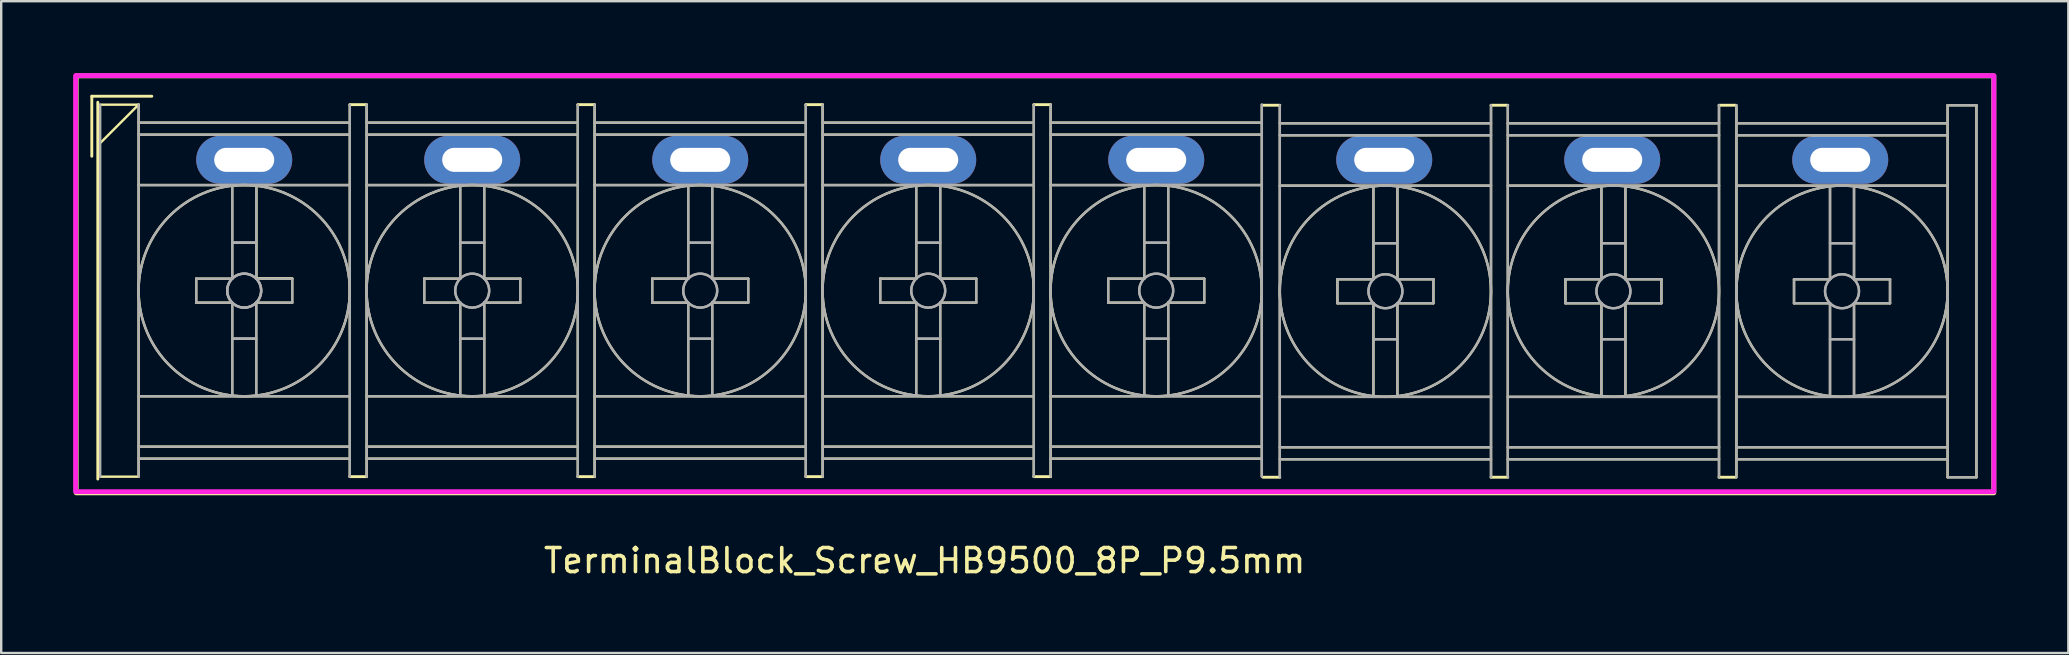
<source format=kicad_pcb>
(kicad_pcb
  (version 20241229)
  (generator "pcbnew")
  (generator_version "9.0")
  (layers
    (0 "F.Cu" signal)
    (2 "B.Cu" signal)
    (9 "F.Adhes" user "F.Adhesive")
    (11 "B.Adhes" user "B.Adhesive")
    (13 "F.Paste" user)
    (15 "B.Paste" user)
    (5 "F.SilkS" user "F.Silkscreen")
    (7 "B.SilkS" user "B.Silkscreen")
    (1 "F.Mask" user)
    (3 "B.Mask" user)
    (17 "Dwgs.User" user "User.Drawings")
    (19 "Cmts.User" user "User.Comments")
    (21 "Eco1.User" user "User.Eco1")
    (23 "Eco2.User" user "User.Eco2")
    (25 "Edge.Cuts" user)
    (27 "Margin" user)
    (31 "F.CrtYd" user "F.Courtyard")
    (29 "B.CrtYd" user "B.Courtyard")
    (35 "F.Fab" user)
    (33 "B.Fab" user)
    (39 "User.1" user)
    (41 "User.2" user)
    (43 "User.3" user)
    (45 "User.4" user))
  (footprint "TerminalBlock_Screw_HB9500_8P_P9.5mm"
    (layer "F.Cu")
    (at 7.125 3.61)
    (property "Reference" "TerminalBlock_Screw_HB9500_8P_P9.5mm" (at 28.35 16.7 0) (layer "F.SilkS") (effects (font (size 1 1) (thickness 0.15))))
    (attr through_hole)
    (fp_line (start -6.35 -2.65) (end -3.85 -2.65) (stroke (width 0.12) (type solid)) (layer "F.SilkS"))
    (fp_line (start -6.35 -0.15) (end -6.35 -2.65) (stroke (width 0.12) (type solid)) (layer "F.SilkS"))
    (fp_line (start -6.1 13.3) (end -6.1 -2.4) (stroke (width 0.12) (type solid)) (layer "F.SilkS"))
    (fp_line (start -6 -2.3) (end -4.4 -2.3) (stroke (width 0.1) (type solid)) (layer "F.SilkS"))
    (fp_line (start -6 13.2) (end -4.4 13.2) (stroke (width 0.1) (type solid)) (layer "F.SilkS"))
    (fp_line (start -4.4 -2.3) (end -6 -0.7) (stroke (width 0.1) (type solid)) (layer "F.SilkS"))
    (fp_line (start -4.4 -2.3) (end -4.4 13.2) (stroke (width 0.1) (type solid)) (layer "F.SilkS"))
    (fp_line (start -4.4 -1.55) (end 4.4 -1.55) (stroke (width 0.1) (type solid)) (layer "F.SilkS"))
    (fp_line (start -4.4 -1.05) (end 4.4 -1.05) (stroke (width 0.1) (type solid)) (layer "F.SilkS"))
    (fp_line (start -4.4 1.05) (end 4.4 1.05) (stroke (width 0.1) (type solid)) (layer "F.SilkS"))
    (fp_line (start -4.4 9.85) (end 4.4 9.85) (stroke (width 0.1) (type solid)) (layer "F.SilkS"))
    (fp_line (start -4.4 11.95) (end 4.4 11.95) (stroke (width 0.1) (type solid)) (layer "F.SilkS"))
    (fp_line (start -4.4 12.45) (end 4.4 12.45) (stroke (width 0.1) (type solid)) (layer "F.SilkS"))
    (fp_line (start -2 4.95) (end -2 5.95) (stroke (width 0.1) (type solid)) (layer "F.SilkS"))
    (fp_line (start -2 5.95) (end -0.5 5.95) (stroke (width 0.1) (type solid)) (layer "F.SilkS"))
    (fp_line (start -0.5 1.1) (end -0.5 4.95) (stroke (width 0.1) (type solid)) (layer "F.SilkS"))
    (fp_line (start -0.5 4.95) (end -2 4.95) (stroke (width 0.1) (type solid)) (layer "F.SilkS"))
    (fp_line (start -0.5 5.95) (end -0.5 9.8) (stroke (width 0.1) (type solid)) (layer "F.SilkS"))
    (fp_line (start 0.5 1.09) (end 0.5 4.94) (stroke (width 0.1) (type solid)) (layer "F.SilkS"))
    (fp_line (start 0.5 1.1) (end 0.5 4.95) (stroke (width 0.1) (type solid)) (layer "F.SilkS"))
    (fp_line (start 0.5 4.94) (end 2 4.94) (stroke (width 0.1) (type solid)) (layer "F.SilkS"))
    (fp_line (start 0.5 4.95) (end 2 4.95) (stroke (width 0.1) (type solid)) (layer "F.SilkS"))
    (fp_line (start 0.5 5.95) (end 0.5 9.8) (stroke (width 0.1) (type solid)) (layer "F.SilkS"))
    (fp_line (start 2 4.95) (end 2 5.95) (stroke (width 0.1) (type solid)) (layer "F.SilkS"))
    (fp_line (start 2 5.95) (end 0.5 5.95) (stroke (width 0.1) (type solid)) (layer "F.SilkS"))
    (fp_line (start 4.4 -2.3) (end 4.4 13.2) (stroke (width 0.1) (type solid)) (layer "F.SilkS"))
    (fp_line (start 4.4 -2.3) (end 5.1 -2.3) (stroke (width 0.12) (type solid)) (layer "F.SilkS"))
    (fp_line (start 5.1 -2.3) (end 5.1 13.2) (stroke (width 0.1) (type solid)) (layer "F.SilkS"))
    (fp_line (start 5.1 -1.55) (end 13.9 -1.55) (stroke (width 0.1) (type solid)) (layer "F.SilkS"))
    (fp_line (start 5.1 -1.05) (end 13.9 -1.05) (stroke (width 0.1) (type solid)) (layer "F.SilkS"))
    (fp_line (start 5.1 1.05) (end 13.9 1.05) (stroke (width 0.1) (type solid)) (layer "F.SilkS"))
    (fp_line (start 5.1 9.85) (end 13.9 9.85) (stroke (width 0.1) (type solid)) (layer "F.SilkS"))
    (fp_line (start 5.1 11.95) (end 13.9 11.95) (stroke (width 0.1) (type solid)) (layer "F.SilkS"))
    (fp_line (start 5.1 12.45) (end 13.9 12.45) (stroke (width 0.1) (type solid)) (layer "F.SilkS"))
    (fp_line (start 5.1 13.2) (end 4.4 13.2) (stroke (width 0.12) (type solid)) (layer "F.SilkS"))
    (fp_line (start 7.5 4.95) (end 7.5 5.95) (stroke (width 0.1) (type solid)) (layer "F.SilkS"))
    (fp_line (start 7.5 5.95) (end 9 5.95) (stroke (width 0.1) (type solid)) (layer "F.SilkS"))
    (fp_line (start 9 1.1) (end 9 4.95) (stroke (width 0.1) (type solid)) (layer "F.SilkS"))
    (fp_line (start 9 4.95) (end 7.5 4.95) (stroke (width 0.1) (type solid)) (layer "F.SilkS"))
    (fp_line (start 9 5.95) (end 9 9.8) (stroke (width 0.1) (type solid)) (layer "F.SilkS"))
    (fp_line (start 10 1.1) (end 10 4.95) (stroke (width 0.1) (type solid)) (layer "F.SilkS"))
    (fp_line (start 10 4.95) (end 11.5 4.95) (stroke (width 0.1) (type solid)) (layer "F.SilkS"))
    (fp_line (start 10 5.95) (end 10 9.8) (stroke (width 0.1) (type solid)) (layer "F.SilkS"))
    (fp_line (start 11.5 4.95) (end 11.5 5.95) (stroke (width 0.1) (type solid)) (layer "F.SilkS"))
    (fp_line (start 11.5 5.95) (end 10 5.95) (stroke (width 0.1) (type solid)) (layer "F.SilkS"))
    (fp_line (start 13.9 -2.3) (end 13.9 13.2) (stroke (width 0.1) (type solid)) (layer "F.SilkS"))
    (fp_line (start 13.9 -2.3) (end 14.6 -2.3) (stroke (width 0.12) (type solid)) (layer "F.SilkS"))
    (fp_line (start 13.9 13.2) (end 14.6 13.2) (stroke (width 0.12) (type solid)) (layer "F.SilkS"))
    (fp_line (start 14.6 -2.3) (end 14.6 13.2) (stroke (width 0.1) (type solid)) (layer "F.SilkS"))
    (fp_line (start 14.6 -1.55) (end 23.4 -1.55) (stroke (width 0.1) (type solid)) (layer "F.SilkS"))
    (fp_line (start 14.6 -1.05) (end 23.4 -1.05) (stroke (width 0.1) (type solid)) (layer "F.SilkS"))
    (fp_line (start 14.6 1.05) (end 23.4 1.05) (stroke (width 0.1) (type solid)) (layer "F.SilkS"))
    (fp_line (start 14.6 9.85) (end 23.4 9.85) (stroke (width 0.1) (type solid)) (layer "F.SilkS"))
    (fp_line (start 14.6 11.95) (end 23.4 11.95) (stroke (width 0.1) (type solid)) (layer "F.SilkS"))
    (fp_line (start 14.6 12.45) (end 23.4 12.45) (stroke (width 0.1) (type solid)) (layer "F.SilkS"))
    (fp_line (start 17 4.95) (end 17 5.95) (stroke (width 0.1) (type solid)) (layer "F.SilkS"))
    (fp_line (start 17 5.95) (end 18.5 5.95) (stroke (width 0.1) (type solid)) (layer "F.SilkS"))
    (fp_line (start 18.5 1.1) (end 18.5 4.95) (stroke (width 0.1) (type solid)) (layer "F.SilkS"))
    (fp_line (start 18.5 4.95) (end 17 4.95) (stroke (width 0.1) (type solid)) (layer "F.SilkS"))
    (fp_line (start 18.5 5.95) (end 18.5 9.8) (stroke (width 0.1) (type solid)) (layer "F.SilkS"))
    (fp_line (start 19.5 1.1) (end 19.5 4.95) (stroke (width 0.1) (type solid)) (layer "F.SilkS"))
    (fp_line (start 19.5 4.95) (end 21 4.95) (stroke (width 0.1) (type solid)) (layer "F.SilkS"))
    (fp_line (start 19.5 5.95) (end 19.5 9.8) (stroke (width 0.1) (type solid)) (layer "F.SilkS"))
    (fp_line (start 21 4.95) (end 21 5.95) (stroke (width 0.1) (type solid)) (layer "F.SilkS"))
    (fp_line (start 21 5.95) (end 19.5 5.95) (stroke (width 0.1) (type solid)) (layer "F.SilkS"))
    (fp_line (start 23.4 -2.3) (end 23.4 13.2) (stroke (width 0.1) (type solid)) (layer "F.SilkS"))
    (fp_line (start 23.4 -2.3) (end 24.1 -2.3) (stroke (width 0.12) (type solid)) (layer "F.SilkS"))
    (fp_line (start 24.1 -2.3) (end 24.1 13.2) (stroke (width 0.1) (type solid)) (layer "F.SilkS"))
    (fp_line (start 24.1 -1.55) (end 32.9 -1.55) (stroke (width 0.1) (type solid)) (layer "F.SilkS"))
    (fp_line (start 24.1 -1.05) (end 32.9 -1.05) (stroke (width 0.1) (type solid)) (layer "F.SilkS"))
    (fp_line (start 24.1 1.05) (end 32.9 1.05) (stroke (width 0.1) (type solid)) (layer "F.SilkS"))
    (fp_line (start 24.1 9.85) (end 32.9 9.85) (stroke (width 0.1) (type solid)) (layer "F.SilkS"))
    (fp_line (start 24.1 11.95) (end 32.9 11.95) (stroke (width 0.1) (type solid)) (layer "F.SilkS"))
    (fp_line (start 24.1 12.45) (end 32.9 12.45) (stroke (width 0.1) (type solid)) (layer "F.SilkS"))
    (fp_line (start 24.1 13.2) (end 23.4 13.2) (stroke (width 0.12) (type solid)) (layer "F.SilkS"))
    (fp_line (start 26.5 4.95) (end 26.5 5.95) (stroke (width 0.1) (type solid)) (layer "F.SilkS"))
    (fp_line (start 26.5 5.95) (end 28 5.95) (stroke (width 0.1) (type solid)) (layer "F.SilkS"))
    (fp_line (start 28 1.1) (end 28 4.95) (stroke (width 0.1) (type solid)) (layer "F.SilkS"))
    (fp_line (start 28 4.95) (end 26.5 4.95) (stroke (width 0.1) (type solid)) (layer "F.SilkS"))
    (fp_line (start 28 5.95) (end 28 9.8) (stroke (width 0.1) (type solid)) (layer "F.SilkS"))
    (fp_line (start 29 1.1) (end 29 4.95) (stroke (width 0.1) (type solid)) (layer "F.SilkS"))
    (fp_line (start 29 4.95) (end 30.5 4.95) (stroke (width 0.1) (type solid)) (layer "F.SilkS"))
    (fp_line (start 29 5.95) (end 29 9.8) (stroke (width 0.1) (type solid)) (layer "F.SilkS"))
    (fp_line (start 30.5 4.95) (end 30.5 5.95) (stroke (width 0.1) (type solid)) (layer "F.SilkS"))
    (fp_line (start 30.5 5.95) (end 29 5.95) (stroke (width 0.1) (type solid)) (layer "F.SilkS"))
    (fp_line (start 32.9 -2.3) (end 32.9 13.2) (stroke (width 0.1) (type solid)) (layer "F.SilkS"))
    (fp_line (start 32.9 -2.3) (end 33.6 -2.3) (stroke (width 0.12) (type solid)) (layer "F.SilkS"))
    (fp_line (start 32.9 13.2) (end 33.6 13.2) (stroke (width 0.12) (type solid)) (layer "F.SilkS"))
    (fp_line (start 33.6 -2.3) (end 33.6 13.2) (stroke (width 0.1) (type solid)) (layer "F.SilkS"))
    (fp_line (start 33.6 -1.55) (end 42.4 -1.55) (stroke (width 0.1) (type solid)) (layer "F.SilkS"))
    (fp_line (start 33.6 -1.05) (end 42.4 -1.05) (stroke (width 0.1) (type solid)) (layer "F.SilkS"))
    (fp_line (start 33.6 1.05) (end 42.4 1.05) (stroke (width 0.1) (type solid)) (layer "F.SilkS"))
    (fp_line (start 33.6 9.85) (end 42.4 9.85) (stroke (width 0.1) (type solid)) (layer "F.SilkS"))
    (fp_line (start 33.6 11.95) (end 42.4 11.95) (stroke (width 0.1) (type solid)) (layer "F.SilkS"))
    (fp_line (start 33.6 12.45) (end 42.4 12.45) (stroke (width 0.1) (type solid)) (layer "F.SilkS"))
    (fp_line (start 36 4.95) (end 36 5.95) (stroke (width 0.1) (type solid)) (layer "F.SilkS"))
    (fp_line (start 36 5.95) (end 37.5 5.95) (stroke (width 0.1) (type solid)) (layer "F.SilkS"))
    (fp_line (start 37.5 1.1) (end 37.5 4.95) (stroke (width 0.1) (type solid)) (layer "F.SilkS"))
    (fp_line (start 37.5 4.95) (end 36 4.95) (stroke (width 0.1) (type solid)) (layer "F.SilkS"))
    (fp_line (start 37.5 5.95) (end 37.5 9.8) (stroke (width 0.1) (type solid)) (layer "F.SilkS"))
    (fp_line (start 38.5 1.1) (end 38.5 4.95) (stroke (width 0.1) (type solid)) (layer "F.SilkS"))
    (fp_line (start 38.5 4.95) (end 40 4.95) (stroke (width 0.1) (type solid)) (layer "F.SilkS"))
    (fp_line (start 38.5 5.95) (end 38.5 9.8) (stroke (width 0.1) (type solid)) (layer "F.SilkS"))
    (fp_line (start 40 4.95) (end 40 5.95) (stroke (width 0.1) (type solid)) (layer "F.SilkS"))
    (fp_line (start 40 5.95) (end 38.5 5.95) (stroke (width 0.1) (type solid)) (layer "F.SilkS"))
    (fp_line (start 42.4 -2.3) (end 42.4 13.2) (stroke (width 0.1) (type solid)) (layer "F.SilkS"))
    (fp_line (start 42.45 -2.275) (end 43.15 -2.275) (stroke (width 0.12) (type solid)) (layer "F.SilkS"))
    (fp_line (start 43.15 -2.275) (end 43.15 13.225) (stroke (width 0.1) (type solid)) (layer "F.SilkS"))
    (fp_line (start 43.15 -1.525) (end 51.95 -1.525) (stroke (width 0.1) (type solid)) (layer "F.SilkS"))
    (fp_line (start 43.15 -1.025) (end 51.95 -1.025) (stroke (width 0.1) (type solid)) (layer "F.SilkS"))
    (fp_line (start 43.15 1.075) (end 51.95 1.075) (stroke (width 0.1) (type solid)) (layer "F.SilkS"))
    (fp_line (start 43.15 9.875) (end 51.95 9.875) (stroke (width 0.1) (type solid)) (layer "F.SilkS"))
    (fp_line (start 43.15 11.975) (end 51.95 11.975) (stroke (width 0.1) (type solid)) (layer "F.SilkS"))
    (fp_line (start 43.15 12.475) (end 51.95 12.475) (stroke (width 0.1) (type solid)) (layer "F.SilkS"))
    (fp_line (start 43.15 13.225) (end 42.45 13.225) (stroke (width 0.12) (type solid)) (layer "F.SilkS"))
    (fp_line (start 45.55 4.975) (end 45.55 5.975) (stroke (width 0.1) (type solid)) (layer "F.SilkS"))
    (fp_line (start 45.55 5.975) (end 47.05 5.975) (stroke (width 0.1) (type solid)) (layer "F.SilkS"))
    (fp_line (start 47.05 1.125) (end 47.05 4.975) (stroke (width 0.1) (type solid)) (layer "F.SilkS"))
    (fp_line (start 47.05 4.975) (end 45.55 4.975) (stroke (width 0.1) (type solid)) (layer "F.SilkS"))
    (fp_line (start 47.05 5.975) (end 47.05 9.825) (stroke (width 0.1) (type solid)) (layer "F.SilkS"))
    (fp_line (start 48.05 1.125) (end 48.05 4.975) (stroke (width 0.1) (type solid)) (layer "F.SilkS"))
    (fp_line (start 48.05 4.975) (end 49.55 4.975) (stroke (width 0.1) (type solid)) (layer "F.SilkS"))
    (fp_line (start 48.05 5.975) (end 48.05 9.825) (stroke (width 0.1) (type solid)) (layer "F.SilkS"))
    (fp_line (start 49.55 4.975) (end 49.55 5.975) (stroke (width 0.1) (type solid)) (layer "F.SilkS"))
    (fp_line (start 49.55 5.975) (end 48.05 5.975) (stroke (width 0.1) (type solid)) (layer "F.SilkS"))
    (fp_line (start 51.95 -2.275) (end 51.95 13.225) (stroke (width 0.1) (type solid)) (layer "F.SilkS"))
    (fp_line (start 51.95 -2.275) (end 52.65 -2.275) (stroke (width 0.12) (type solid)) (layer "F.SilkS"))
    (fp_line (start 51.95 13.225) (end 52.65 13.225) (stroke (width 0.12) (type solid)) (layer "F.SilkS"))
    (fp_line (start 52.65 -2.275) (end 52.65 13.225) (stroke (width 0.1) (type solid)) (layer "F.SilkS"))
    (fp_line (start 52.65 -1.525) (end 61.45 -1.525) (stroke (width 0.1) (type solid)) (layer "F.SilkS"))
    (fp_line (start 52.65 -1.025) (end 61.45 -1.025) (stroke (width 0.1) (type solid)) (layer "F.SilkS"))
    (fp_line (start 52.65 1.075) (end 61.45 1.075) (stroke (width 0.1) (type solid)) (layer "F.SilkS"))
    (fp_line (start 52.65 9.875) (end 61.45 9.875) (stroke (width 0.1) (type solid)) (layer "F.SilkS"))
    (fp_line (start 52.65 11.975) (end 61.45 11.975) (stroke (width 0.1) (type solid)) (layer "F.SilkS"))
    (fp_line (start 52.65 12.475) (end 61.45 12.475) (stroke (width 0.1) (type solid)) (layer "F.SilkS"))
    (fp_line (start 55.05 4.975) (end 55.05 5.975) (stroke (width 0.1) (type solid)) (layer "F.SilkS"))
    (fp_line (start 55.05 5.975) (end 56.55 5.975) (stroke (width 0.1) (type solid)) (layer "F.SilkS"))
    (fp_line (start 56.55 1.125) (end 56.55 4.975) (stroke (width 0.1) (type solid)) (layer "F.SilkS"))
    (fp_line (start 56.55 4.975) (end 55.05 4.975) (stroke (width 0.1) (type solid)) (layer "F.SilkS"))
    (fp_line (start 56.55 5.975) (end 56.55 9.825) (stroke (width 0.1) (type solid)) (layer "F.SilkS"))
    (fp_line (start 57.55 1.125) (end 57.55 4.975) (stroke (width 0.1) (type solid)) (layer "F.SilkS"))
    (fp_line (start 57.55 4.975) (end 59.05 4.975) (stroke (width 0.1) (type solid)) (layer "F.SilkS"))
    (fp_line (start 57.55 5.975) (end 57.55 9.825) (stroke (width 0.1) (type solid)) (layer "F.SilkS"))
    (fp_line (start 59.05 4.975) (end 59.05 5.975) (stroke (width 0.1) (type solid)) (layer "F.SilkS"))
    (fp_line (start 59.05 5.975) (end 57.55 5.975) (stroke (width 0.1) (type solid)) (layer "F.SilkS"))
    (fp_line (start 61.45 -2.275) (end 61.45 13.225) (stroke (width 0.1) (type solid)) (layer "F.SilkS"))
    (fp_line (start 61.45 -2.275) (end 62.15 -2.275) (stroke (width 0.12) (type solid)) (layer "F.SilkS"))
    (fp_line (start 61.45 13.225) (end 62.15 13.225) (stroke (width 0.12) (type solid)) (layer "F.SilkS"))
    (fp_line (start 62.175 -2.275) (end 62.175 13.225) (stroke (width 0.1) (type solid)) (layer "F.SilkS"))
    (fp_line (start 62.175 -1.525) (end 70.975 -1.525) (stroke (width 0.1) (type solid)) (layer "F.SilkS"))
    (fp_line (start 62.175 -1.025) (end 70.975 -1.025) (stroke (width 0.1) (type solid)) (layer "F.SilkS"))
    (fp_line (start 62.175 1.075) (end 70.975 1.075) (stroke (width 0.1) (type solid)) (layer "F.SilkS"))
    (fp_line (start 62.175 9.875) (end 70.975 9.875) (stroke (width 0.1) (type solid)) (layer "F.SilkS"))
    (fp_line (start 62.175 11.975) (end 70.975 11.975) (stroke (width 0.1) (type solid)) (layer "F.SilkS"))
    (fp_line (start 62.175 12.475) (end 70.975 12.475) (stroke (width 0.1) (type solid)) (layer "F.SilkS"))
    (fp_line (start 64.575 4.975) (end 64.575 5.975) (stroke (width 0.1) (type solid)) (layer "F.SilkS"))
    (fp_line (start 64.575 5.975) (end 66.075 5.975) (stroke (width 0.1) (type solid)) (layer "F.SilkS"))
    (fp_line (start 66.075 1.125) (end 66.075 4.975) (stroke (width 0.1) (type solid)) (layer "F.SilkS"))
    (fp_line (start 66.075 4.975) (end 64.575 4.975) (stroke (width 0.1) (type solid)) (layer "F.SilkS"))
    (fp_line (start 66.075 5.975) (end 66.075 9.825) (stroke (width 0.1) (type solid)) (layer "F.SilkS"))
    (fp_line (start 67.075 1.125) (end 67.075 4.975) (stroke (width 0.1) (type solid)) (layer "F.SilkS"))
    (fp_line (start 67.075 4.975) (end 68.575 4.975) (stroke (width 0.1) (type solid)) (layer "F.SilkS"))
    (fp_line (start 67.075 5.975) (end 67.075 9.825) (stroke (width 0.1) (type solid)) (layer "F.SilkS"))
    (fp_line (start 68.575 4.975) (end 68.575 5.975) (stroke (width 0.1) (type solid)) (layer "F.SilkS"))
    (fp_line (start 68.575 5.975) (end 67.075 5.975) (stroke (width 0.1) (type solid)) (layer "F.SilkS"))
    (fp_line (start 70.975 -2.275) (end 70.975 13.225) (stroke (width 0.1) (type solid)) (layer "F.SilkS"))
    (fp_line (start 70.975 -2.275) (end 72.175 -2.275) (stroke (width 0.1) (type solid)) (layer "F.SilkS"))
    (fp_line (start 70.975 13.225) (end 72.175 13.225) (stroke (width 0.1) (type solid)) (layer "F.SilkS"))
    (fp_line (start 72.175 -2.275) (end 72.175 13.225) (stroke (width 0.1) (type solid)) (layer "F.SilkS"))
    (fp_rect (start -7 -3.5) (end 72.9 13.875) (stroke (width 0.2) (type solid)) (fill no) (layer "F.SilkS"))
    (fp_circle (center 0 5.45) (end 4.4 5.45) (stroke (width 0.1) (type solid)) (fill no) (layer "F.SilkS"))
    (fp_circle (center 9.5 5.45) (end 13.9 5.45) (stroke (width 0.1) (type solid)) (fill no) (layer "F.SilkS"))
    (fp_circle (center 19 5.45) (end 23.4 5.45) (stroke (width 0.1) (type solid)) (fill no) (layer "F.SilkS"))
    (fp_circle (center 28.5 5.45) (end 32.9 5.45) (stroke (width 0.1) (type solid)) (fill no) (layer "F.SilkS"))
    (fp_circle (center 38 5.45) (end 42.4 5.45) (stroke (width 0.1) (type solid)) (fill no) (layer "F.SilkS"))
    (fp_circle (center 47.55 5.475) (end 51.95 5.475) (stroke (width 0.1) (type solid)) (fill no) (layer "F.SilkS"))
    (fp_circle (center 57.05 5.475) (end 61.45 5.475) (stroke (width 0.1) (type solid)) (fill no) (layer "F.SilkS"))
    (fp_circle (center 66.575 5.475) (end 70.975 5.475) (stroke (width 0.1) (type solid)) (fill no) (layer "F.SilkS"))
    (fp_rect (start -7.025 -3.51) (end 72.905 13.825) (stroke (width 0.2) (type solid)) (fill no) (layer "F.CrtYd"))
    (fp_line (start -6 -2.3) (end -6 13.2) (stroke (width 0.1) (type solid)) (layer "F.Fab"))
    (fp_line (start -4.4 -2.3) (end -4.4 13.2) (stroke (width 0.1) (type solid)) (layer "F.Fab"))
    (fp_line (start -4.4 -1.55) (end 4.4 -1.55) (stroke (width 0.1) (type solid)) (layer "F.Fab"))
    (fp_line (start -4.4 -1.05) (end 4.4 -1.05) (stroke (width 0.1) (type solid)) (layer "F.Fab"))
    (fp_line (start -4.4 1.05) (end 4.4 1.05) (stroke (width 0.1) (type solid)) (layer "F.Fab"))
    (fp_line (start -4.4 9.85) (end 4.4 9.85) (stroke (width 0.1) (type solid)) (layer "F.Fab"))
    (fp_line (start -4.4 11.95) (end 4.4 11.95) (stroke (width 0.1) (type solid)) (layer "F.Fab"))
    (fp_line (start -4.4 12.45) (end 4.4 12.45) (stroke (width 0.1) (type solid)) (layer "F.Fab"))
    (fp_line (start -2 4.95) (end -2 5.95) (stroke (width 0.1) (type solid)) (layer "F.Fab"))
    (fp_line (start -2 5.95) (end -0.5 5.95) (stroke (width 0.1) (type solid)) (layer "F.Fab"))
    (fp_line (start -0.5 1.1) (end -0.5 4.95) (stroke (width 0.1) (type solid)) (layer "F.Fab"))
    (fp_line (start -0.5 3.45) (end 0.5 3.45) (stroke (width 0.1) (type solid)) (layer "F.Fab"))
    (fp_line (start -0.5 3.45) (end 0.5 3.45) (stroke (width 0.1) (type solid)) (layer "F.Fab"))
    (fp_line (start -0.5 3.45) (end 0.5 3.45) (stroke (width 0.1) (type solid)) (layer "F.Fab"))
    (fp_line (start -0.5 4.95) (end -2 4.95) (stroke (width 0.1) (type solid)) (layer "F.Fab"))
    (fp_line (start -0.5 5.95) (end -0.5 9.8) (stroke (width 0.1) (type solid)) (layer "F.Fab"))
    (fp_line (start -0.5 7.45) (end 0.5 7.45) (stroke (width 0.1) (type solid)) (layer "F.Fab"))
    (fp_line (start -0.5 7.45) (end 0.5 7.45) (stroke (width 0.1) (type solid)) (layer "F.Fab"))
    (fp_line (start -0.5 7.45) (end 0.5 7.45) (stroke (width 0.1) (type solid)) (layer "F.Fab"))
    (fp_line (start 0.5 1.1) (end 0.5 4.95) (stroke (width 0.1) (type solid)) (layer "F.Fab"))
    (fp_line (start 0.5 4.95) (end 2 4.95) (stroke (width 0.1) (type solid)) (layer "F.Fab"))
    (fp_line (start 0.5 5.95) (end 0.5 9.8) (stroke (width 0.1) (type solid)) (layer "F.Fab"))
    (fp_line (start 2 4.95) (end 2 5.95) (stroke (width 0.1) (type solid)) (layer "F.Fab"))
    (fp_line (start 2 5.95) (end 0.5 5.95) (stroke (width 0.1) (type solid)) (layer "F.Fab"))
    (fp_line (start 4.4 -2.3) (end 4.4 13.2) (stroke (width 0.1) (type solid)) (layer "F.Fab"))
    (fp_line (start 5.1 -2.3) (end 5.1 13.2) (stroke (width 0.1) (type solid)) (layer "F.Fab"))
    (fp_line (start 5.1 -1.55) (end 13.9 -1.55) (stroke (width 0.1) (type solid)) (layer "F.Fab"))
    (fp_line (start 5.1 -1.05) (end 13.9 -1.05) (stroke (width 0.1) (type solid)) (layer "F.Fab"))
    (fp_line (start 5.1 1.05) (end 13.9 1.05) (stroke (width 0.1) (type solid)) (layer "F.Fab"))
    (fp_line (start 5.1 9.85) (end 13.9 9.85) (stroke (width 0.1) (type solid)) (layer "F.Fab"))
    (fp_line (start 5.1 11.95) (end 13.9 11.95) (stroke (width 0.1) (type solid)) (layer "F.Fab"))
    (fp_line (start 5.1 12.45) (end 13.9 12.45) (stroke (width 0.1) (type solid)) (layer "F.Fab"))
    (fp_line (start 7.5 4.95) (end 7.5 5.95) (stroke (width 0.1) (type solid)) (layer "F.Fab"))
    (fp_line (start 7.5 5.95) (end 9 5.95) (stroke (width 0.1) (type solid)) (layer "F.Fab"))
    (fp_line (start 9 1.1) (end 9 4.95) (stroke (width 0.1) (type solid)) (layer "F.Fab"))
    (fp_line (start 9 3.45) (end 10 3.45) (stroke (width 0.1) (type solid)) (layer "F.Fab"))
    (fp_line (start 9 3.45) (end 10 3.45) (stroke (width 0.1) (type solid)) (layer "F.Fab"))
    (fp_line (start 9 4.95) (end 7.5 4.95) (stroke (width 0.1) (type solid)) (layer "F.Fab"))
    (fp_line (start 9 5.95) (end 9 9.8) (stroke (width 0.1) (type solid)) (layer "F.Fab"))
    (fp_line (start 9 7.45) (end 10 7.45) (stroke (width 0.1) (type solid)) (layer "F.Fab"))
    (fp_line (start 9 7.45) (end 10 7.45) (stroke (width 0.1) (type solid)) (layer "F.Fab"))
    (fp_line (start 10 1.1) (end 10 4.95) (stroke (width 0.1) (type solid)) (layer "F.Fab"))
    (fp_line (start 10 4.95) (end 11.5 4.95) (stroke (width 0.1) (type solid)) (layer "F.Fab"))
    (fp_line (start 10 5.95) (end 10 9.8) (stroke (width 0.1) (type solid)) (layer "F.Fab"))
    (fp_line (start 11.5 4.95) (end 11.5 5.95) (stroke (width 0.1) (type solid)) (layer "F.Fab"))
    (fp_line (start 11.5 5.95) (end 10 5.95) (stroke (width 0.1) (type solid)) (layer "F.Fab"))
    (fp_line (start 13.9 -2.3) (end 13.9 13.2) (stroke (width 0.1) (type solid)) (layer "F.Fab"))
    (fp_line (start 14.6 -2.3) (end 14.6 13.2) (stroke (width 0.1) (type solid)) (layer "F.Fab"))
    (fp_line (start 14.6 -1.55) (end 23.4 -1.55) (stroke (width 0.1) (type solid)) (layer "F.Fab"))
    (fp_line (start 14.6 -1.05) (end 23.4 -1.05) (stroke (width 0.1) (type solid)) (layer "F.Fab"))
    (fp_line (start 14.6 1.05) (end 23.4 1.05) (stroke (width 0.1) (type solid)) (layer "F.Fab"))
    (fp_line (start 14.6 9.85) (end 23.4 9.85) (stroke (width 0.1) (type solid)) (layer "F.Fab"))
    (fp_line (start 14.6 11.95) (end 23.4 11.95) (stroke (width 0.1) (type solid)) (layer "F.Fab"))
    (fp_line (start 14.6 12.45) (end 23.4 12.45) (stroke (width 0.1) (type solid)) (layer "F.Fab"))
    (fp_line (start 17 4.95) (end 17 5.95) (stroke (width 0.1) (type solid)) (layer "F.Fab"))
    (fp_line (start 17 5.95) (end 18.5 5.95) (stroke (width 0.1) (type solid)) (layer "F.Fab"))
    (fp_line (start 18.5 1.1) (end 18.5 4.95) (stroke (width 0.1) (type solid)) (layer "F.Fab"))
    (fp_line (start 18.5 3.45) (end 19.5 3.45) (stroke (width 0.1) (type solid)) (layer "F.Fab"))
    (fp_line (start 18.5 3.45) (end 19.5 3.45) (stroke (width 0.1) (type solid)) (layer "F.Fab"))
    (fp_line (start 18.5 4.95) (end 17 4.95) (stroke (width 0.1) (type solid)) (layer "F.Fab"))
    (fp_line (start 18.5 5.95) (end 18.5 9.8) (stroke (width 0.1) (type solid)) (layer "F.Fab"))
    (fp_line (start 18.5 7.45) (end 19.5 7.45) (stroke (width 0.1) (type solid)) (layer "F.Fab"))
    (fp_line (start 18.5 7.45) (end 19.5 7.45) (stroke (width 0.1) (type solid)) (layer "F.Fab"))
    (fp_line (start 19.5 1.1) (end 19.5 4.95) (stroke (width 0.1) (type solid)) (layer "F.Fab"))
    (fp_line (start 19.5 4.95) (end 21 4.95) (stroke (width 0.1) (type solid)) (layer "F.Fab"))
    (fp_line (start 19.5 5.95) (end 19.5 9.8) (stroke (width 0.1) (type solid)) (layer "F.Fab"))
    (fp_line (start 21 4.95) (end 21 5.95) (stroke (width 0.1) (type solid)) (layer "F.Fab"))
    (fp_line (start 21 5.95) (end 19.5 5.95) (stroke (width 0.1) (type solid)) (layer "F.Fab"))
    (fp_line (start 23.4 -2.3) (end 23.4 13.2) (stroke (width 0.1) (type solid)) (layer "F.Fab"))
    (fp_line (start 24.1 -2.3) (end 24.1 13.2) (stroke (width 0.1) (type solid)) (layer "F.Fab"))
    (fp_line (start 24.1 -1.55) (end 32.9 -1.55) (stroke (width 0.1) (type solid)) (layer "F.Fab"))
    (fp_line (start 24.1 -1.05) (end 32.9 -1.05) (stroke (width 0.1) (type solid)) (layer "F.Fab"))
    (fp_line (start 24.1 1.05) (end 32.9 1.05) (stroke (width 0.1) (type solid)) (layer "F.Fab"))
    (fp_line (start 24.1 9.85) (end 32.9 9.85) (stroke (width 0.1) (type solid)) (layer "F.Fab"))
    (fp_line (start 24.1 11.95) (end 32.9 11.95) (stroke (width 0.1) (type solid)) (layer "F.Fab"))
    (fp_line (start 24.1 12.45) (end 32.9 12.45) (stroke (width 0.1) (type solid)) (layer "F.Fab"))
    (fp_line (start 26.5 4.95) (end 26.5 5.95) (stroke (width 0.1) (type solid)) (layer "F.Fab"))
    (fp_line (start 26.5 5.95) (end 28 5.95) (stroke (width 0.1) (type solid)) (layer "F.Fab"))
    (fp_line (start 28 1.1) (end 28 4.95) (stroke (width 0.1) (type solid)) (layer "F.Fab"))
    (fp_line (start 28 3.45) (end 29 3.45) (stroke (width 0.1) (type solid)) (layer "F.Fab"))
    (fp_line (start 28 3.45) (end 29 3.45) (stroke (width 0.1) (type solid)) (layer "F.Fab"))
    (fp_line (start 28 4.95) (end 26.5 4.95) (stroke (width 0.1) (type solid)) (layer "F.Fab"))
    (fp_line (start 28 5.95) (end 28 9.8) (stroke (width 0.1) (type solid)) (layer "F.Fab"))
    (fp_line (start 28 7.45) (end 29 7.45) (stroke (width 0.1) (type solid)) (layer "F.Fab"))
    (fp_line (start 28 7.45) (end 29 7.45) (stroke (width 0.1) (type solid)) (layer "F.Fab"))
    (fp_line (start 29 1.1) (end 29 4.95) (stroke (width 0.1) (type solid)) (layer "F.Fab"))
    (fp_line (start 29 4.95) (end 30.5 4.95) (stroke (width 0.1) (type solid)) (layer "F.Fab"))
    (fp_line (start 29 5.95) (end 29 9.8) (stroke (width 0.1) (type solid)) (layer "F.Fab"))
    (fp_line (start 30.5 4.95) (end 30.5 5.95) (stroke (width 0.1) (type solid)) (layer "F.Fab"))
    (fp_line (start 30.5 5.95) (end 29 5.95) (stroke (width 0.1) (type solid)) (layer "F.Fab"))
    (fp_line (start 32.9 -2.3) (end 32.9 13.2) (stroke (width 0.1) (type solid)) (layer "F.Fab"))
    (fp_line (start 33.6 -2.3) (end 33.6 13.2) (stroke (width 0.1) (type solid)) (layer "F.Fab"))
    (fp_line (start 33.6 -1.55) (end 42.4 -1.55) (stroke (width 0.1) (type solid)) (layer "F.Fab"))
    (fp_line (start 33.6 -1.05) (end 42.4 -1.05) (stroke (width 0.1) (type solid)) (layer "F.Fab"))
    (fp_line (start 33.6 1.05) (end 42.4 1.05) (stroke (width 0.1) (type solid)) (layer "F.Fab"))
    (fp_line (start 33.6 9.85) (end 42.4 9.85) (stroke (width 0.1) (type solid)) (layer "F.Fab"))
    (fp_line (start 33.6 11.95) (end 42.4 11.95) (stroke (width 0.1) (type solid)) (layer "F.Fab"))
    (fp_line (start 33.6 12.45) (end 42.4 12.45) (stroke (width 0.1) (type solid)) (layer "F.Fab"))
    (fp_line (start 36 4.95) (end 36 5.95) (stroke (width 0.1) (type solid)) (layer "F.Fab"))
    (fp_line (start 36 5.95) (end 37.5 5.95) (stroke (width 0.1) (type solid)) (layer "F.Fab"))
    (fp_line (start 37.5 1.1) (end 37.5 4.95) (stroke (width 0.1) (type solid)) (layer "F.Fab"))
    (fp_line (start 37.5 3.45) (end 38.5 3.45) (stroke (width 0.1) (type solid)) (layer "F.Fab"))
    (fp_line (start 37.5 3.45) (end 38.5 3.45) (stroke (width 0.1) (type solid)) (layer "F.Fab"))
    (fp_line (start 37.5 4.95) (end 36 4.95) (stroke (width 0.1) (type solid)) (layer "F.Fab"))
    (fp_line (start 37.5 5.95) (end 37.5 9.8) (stroke (width 0.1) (type solid)) (layer "F.Fab"))
    (fp_line (start 37.5 7.45) (end 38.5 7.45) (stroke (width 0.1) (type solid)) (layer "F.Fab"))
    (fp_line (start 37.5 7.45) (end 38.5 7.45) (stroke (width 0.1) (type solid)) (layer "F.Fab"))
    (fp_line (start 38.5 1.1) (end 38.5 4.95) (stroke (width 0.1) (type solid)) (layer "F.Fab"))
    (fp_line (start 38.5 4.95) (end 40 4.95) (stroke (width 0.1) (type solid)) (layer "F.Fab"))
    (fp_line (start 38.5 5.95) (end 38.5 9.8) (stroke (width 0.1) (type solid)) (layer "F.Fab"))
    (fp_line (start 40 4.95) (end 40 5.95) (stroke (width 0.1) (type solid)) (layer "F.Fab"))
    (fp_line (start 40 5.95) (end 38.5 5.95) (stroke (width 0.1) (type solid)) (layer "F.Fab"))
    (fp_line (start 42.4 -2.3) (end 42.4 13.2) (stroke (width 0.1) (type solid)) (layer "F.Fab"))
    (fp_line (start 43.15 -2.275) (end 43.15 13.225) (stroke (width 0.1) (type solid)) (layer "F.Fab"))
    (fp_line (start 43.15 -1.525) (end 51.95 -1.525) (stroke (width 0.1) (type solid)) (layer "F.Fab"))
    (fp_line (start 43.15 -1.025) (end 51.95 -1.025) (stroke (width 0.1) (type solid)) (layer "F.Fab"))
    (fp_line (start 43.15 1.075) (end 51.95 1.075) (stroke (width 0.1) (type solid)) (layer "F.Fab"))
    (fp_line (start 43.15 9.875) (end 51.95 9.875) (stroke (width 0.1) (type solid)) (layer "F.Fab"))
    (fp_line (start 43.15 11.975) (end 51.95 11.975) (stroke (width 0.1) (type solid)) (layer "F.Fab"))
    (fp_line (start 43.15 12.475) (end 51.95 12.475) (stroke (width 0.1) (type solid)) (layer "F.Fab"))
    (fp_line (start 45.55 4.975) (end 45.55 5.975) (stroke (width 0.1) (type solid)) (layer "F.Fab"))
    (fp_line (start 45.55 5.975) (end 47.05 5.975) (stroke (width 0.1) (type solid)) (layer "F.Fab"))
    (fp_line (start 47.05 1.125) (end 47.05 4.975) (stroke (width 0.1) (type solid)) (layer "F.Fab"))
    (fp_line (start 47.05 3.475) (end 48.05 3.475) (stroke (width 0.1) (type solid)) (layer "F.Fab"))
    (fp_line (start 47.05 3.475) (end 48.05 3.475) (stroke (width 0.1) (type solid)) (layer "F.Fab"))
    (fp_line (start 47.05 4.975) (end 45.55 4.975) (stroke (width 0.1) (type solid)) (layer "F.Fab"))
    (fp_line (start 47.05 5.975) (end 47.05 9.825) (stroke (width 0.1) (type solid)) (layer "F.Fab"))
    (fp_line (start 47.05 7.475) (end 48.05 7.475) (stroke (width 0.1) (type solid)) (layer "F.Fab"))
    (fp_line (start 47.05 7.475) (end 48.05 7.475) (stroke (width 0.1) (type solid)) (layer "F.Fab"))
    (fp_line (start 48.05 1.125) (end 48.05 4.975) (stroke (width 0.1) (type solid)) (layer "F.Fab"))
    (fp_line (start 48.05 4.975) (end 49.55 4.975) (stroke (width 0.1) (type solid)) (layer "F.Fab"))
    (fp_line (start 48.05 5.975) (end 48.05 9.825) (stroke (width 0.1) (type solid)) (layer "F.Fab"))
    (fp_line (start 49.55 4.975) (end 49.55 5.975) (stroke (width 0.1) (type solid)) (layer "F.Fab"))
    (fp_line (start 49.55 5.975) (end 48.05 5.975) (stroke (width 0.1) (type solid)) (layer "F.Fab"))
    (fp_line (start 51.95 -2.275) (end 51.95 13.225) (stroke (width 0.1) (type solid)) (layer "F.Fab"))
    (fp_line (start 52.65 -2.275) (end 52.65 13.225) (stroke (width 0.1) (type solid)) (layer "F.Fab"))
    (fp_line (start 52.65 -1.525) (end 61.45 -1.525) (stroke (width 0.1) (type solid)) (layer "F.Fab"))
    (fp_line (start 52.65 -1.025) (end 61.45 -1.025) (stroke (width 0.1) (type solid)) (layer "F.Fab"))
    (fp_line (start 52.65 1.075) (end 61.45 1.075) (stroke (width 0.1) (type solid)) (layer "F.Fab"))
    (fp_line (start 52.65 9.875) (end 61.45 9.875) (stroke (width 0.1) (type solid)) (layer "F.Fab"))
    (fp_line (start 52.65 11.975) (end 61.45 11.975) (stroke (width 0.1) (type solid)) (layer "F.Fab"))
    (fp_line (start 52.65 12.475) (end 61.45 12.475) (stroke (width 0.1) (type solid)) (layer "F.Fab"))
    (fp_line (start 55.05 4.975) (end 55.05 5.975) (stroke (width 0.1) (type solid)) (layer "F.Fab"))
    (fp_line (start 55.05 5.975) (end 56.55 5.975) (stroke (width 0.1) (type solid)) (layer "F.Fab"))
    (fp_line (start 56.55 1.125) (end 56.55 4.975) (stroke (width 0.1) (type solid)) (layer "F.Fab"))
    (fp_line (start 56.55 3.475) (end 57.55 3.475) (stroke (width 0.1) (type solid)) (layer "F.Fab"))
    (fp_line (start 56.55 3.475) (end 57.55 3.475) (stroke (width 0.1) (type solid)) (layer "F.Fab"))
    (fp_line (start 56.55 4.975) (end 55.05 4.975) (stroke (width 0.1) (type solid)) (layer "F.Fab"))
    (fp_line (start 56.55 5.975) (end 56.55 9.825) (stroke (width 0.1) (type solid)) (layer "F.Fab"))
    (fp_line (start 56.55 7.475) (end 57.55 7.475) (stroke (width 0.1) (type solid)) (layer "F.Fab"))
    (fp_line (start 56.55 7.475) (end 57.55 7.475) (stroke (width 0.1) (type solid)) (layer "F.Fab"))
    (fp_line (start 57.55 1.125) (end 57.55 4.975) (stroke (width 0.1) (type solid)) (layer "F.Fab"))
    (fp_line (start 57.55 4.975) (end 59.05 4.975) (stroke (width 0.1) (type solid)) (layer "F.Fab"))
    (fp_line (start 57.55 5.975) (end 57.55 9.825) (stroke (width 0.1) (type solid)) (layer "F.Fab"))
    (fp_line (start 59.05 4.975) (end 59.05 5.975) (stroke (width 0.1) (type solid)) (layer "F.Fab"))
    (fp_line (start 59.05 5.975) (end 57.55 5.975) (stroke (width 0.1) (type solid)) (layer "F.Fab"))
    (fp_line (start 61.45 -2.275) (end 61.45 13.225) (stroke (width 0.1) (type solid)) (layer "F.Fab"))
    (fp_line (start 62.175 -2.275) (end 62.175 13.225) (stroke (width 0.1) (type solid)) (layer "F.Fab"))
    (fp_line (start 62.175 -1.525) (end 70.975 -1.525) (stroke (width 0.1) (type solid)) (layer "F.Fab"))
    (fp_line (start 62.175 -1.025) (end 70.975 -1.025) (stroke (width 0.1) (type solid)) (layer "F.Fab"))
    (fp_line (start 62.175 1.075) (end 70.975 1.075) (stroke (width 0.1) (type solid)) (layer "F.Fab"))
    (fp_line (start 62.175 9.875) (end 70.975 9.875) (stroke (width 0.1) (type solid)) (layer "F.Fab"))
    (fp_line (start 62.175 11.975) (end 70.975 11.975) (stroke (width 0.1) (type solid)) (layer "F.Fab"))
    (fp_line (start 62.175 12.475) (end 70.975 12.475) (stroke (width 0.1) (type solid)) (layer "F.Fab"))
    (fp_line (start 64.575 4.975) (end 64.575 5.975) (stroke (width 0.1) (type solid)) (layer "F.Fab"))
    (fp_line (start 64.575 5.975) (end 66.075 5.975) (stroke (width 0.1) (type solid)) (layer "F.Fab"))
    (fp_line (start 66.075 1.125) (end 66.075 4.975) (stroke (width 0.1) (type solid)) (layer "F.Fab"))
    (fp_line (start 66.075 3.475) (end 67.075 3.475) (stroke (width 0.1) (type solid)) (layer "F.Fab"))
    (fp_line (start 66.075 3.475) (end 67.075 3.475) (stroke (width 0.1) (type solid)) (layer "F.Fab"))
    (fp_line (start 66.075 4.975) (end 64.575 4.975) (stroke (width 0.1) (type solid)) (layer "F.Fab"))
    (fp_line (start 66.075 5.975) (end 66.075 9.825) (stroke (width 0.1) (type solid)) (layer "F.Fab"))
    (fp_line (start 66.075 7.475) (end 67.075 7.475) (stroke (width 0.1) (type solid)) (layer "F.Fab"))
    (fp_line (start 66.075 7.475) (end 67.075 7.475) (stroke (width 0.1) (type solid)) (layer "F.Fab"))
    (fp_line (start 67.075 1.125) (end 67.075 4.975) (stroke (width 0.1) (type solid)) (layer "F.Fab"))
    (fp_line (start 67.075 4.975) (end 68.575 4.975) (stroke (width 0.1) (type solid)) (layer "F.Fab"))
    (fp_line (start 67.075 5.975) (end 67.075 9.825) (stroke (width 0.1) (type solid)) (layer "F.Fab"))
    (fp_line (start 68.575 4.975) (end 68.575 5.975) (stroke (width 0.1) (type solid)) (layer "F.Fab"))
    (fp_line (start 68.575 5.975) (end 67.075 5.975) (stroke (width 0.1) (type solid)) (layer "F.Fab"))
    (fp_line (start 70.975 -2.275) (end 70.975 13.225) (stroke (width 0.1) (type solid)) (layer "F.Fab"))
    (fp_line (start 70.975 -2.275) (end 72.175 -2.275) (stroke (width 0.1) (type solid)) (layer "F.Fab"))
    (fp_line (start 70.975 13.225) (end 72.175 13.225) (stroke (width 0.1) (type solid)) (layer "F.Fab"))
    (fp_line (start 72.175 -2.275) (end 72.175 13.225) (stroke (width 0.1) (type solid)) (layer "F.Fab"))
    (fp_circle (center 0 5.45) (end 0.5 5.95) (stroke (width 0.1) (type solid)) (fill no) (layer "F.Fab"))
    (fp_circle (center 0 5.45) (end 0.5 5.95) (stroke (width 0.1) (type solid)) (fill no) (layer "F.Fab"))
    (fp_circle (center 0 5.45) (end 0.5 5.95) (stroke (width 0.1) (type solid)) (fill no) (layer "F.Fab"))
    (fp_circle (center 0 5.45) (end 4.4 5.45) (stroke (width 0.1) (type solid)) (fill no) (layer "F.Fab"))
    (fp_circle (center 9.5 5.45) (end 10 5.95) (stroke (width 0.1) (type solid)) (fill no) (layer "F.Fab"))
    (fp_circle (center 9.5 5.45) (end 10 5.95) (stroke (width 0.1) (type solid)) (fill no) (layer "F.Fab"))
    (fp_circle (center 9.5 5.45) (end 13.9 5.45) (stroke (width 0.1) (type solid)) (fill no) (layer "F.Fab"))
    (fp_circle (center 19 5.45) (end 19.5 5.95) (stroke (width 0.1) (type solid)) (fill no) (layer "F.Fab"))
    (fp_circle (center 19 5.45) (end 19.5 5.95) (stroke (width 0.1) (type solid)) (fill no) (layer "F.Fab"))
    (fp_circle (center 19 5.45) (end 23.4 5.45) (stroke (width 0.1) (type solid)) (fill no) (layer "F.Fab"))
    (fp_circle (center 28.5 5.45) (end 29 5.95) (stroke (width 0.1) (type solid)) (fill no) (layer "F.Fab"))
    (fp_circle (center 28.5 5.45) (end 29 5.95) (stroke (width 0.1) (type solid)) (fill no) (layer "F.Fab"))
    (fp_circle (center 28.5 5.45) (end 32.9 5.45) (stroke (width 0.1) (type solid)) (fill no) (layer "F.Fab"))
    (fp_circle (center 38 5.45) (end 38.5 5.95) (stroke (width 0.1) (type solid)) (fill no) (layer "F.Fab"))
    (fp_circle (center 38 5.45) (end 38.5 5.95) (stroke (width 0.1) (type solid)) (fill no) (layer "F.Fab"))
    (fp_circle (center 38 5.45) (end 42.4 5.45) (stroke (width 0.1) (type solid)) (fill no) (layer "F.Fab"))
    (fp_circle (center 47.55 5.475) (end 48.05 5.975) (stroke (width 0.1) (type solid)) (fill no) (layer "F.Fab"))
    (fp_circle (center 47.55 5.475) (end 48.05 5.975) (stroke (width 0.1) (type solid)) (fill no) (layer "F.Fab"))
    (fp_circle (center 47.55 5.475) (end 51.95 5.475) (stroke (width 0.1) (type solid)) (fill no) (layer "F.Fab"))
    (fp_circle (center 57.05 5.475) (end 57.55 5.975) (stroke (width 0.1) (type solid)) (fill no) (layer "F.Fab"))
    (fp_circle (center 57.05 5.475) (end 57.55 5.975) (stroke (width 0.1) (type solid)) (fill no) (layer "F.Fab"))
    (fp_circle (center 57.05 5.475) (end 61.45 5.475) (stroke (width 0.1) (type solid)) (fill no) (layer "F.Fab"))
    (fp_circle (center 66.575 5.475) (end 67.075 5.975) (stroke (width 0.1) (type solid)) (fill no) (layer "F.Fab"))
    (fp_circle (center 66.575 5.475) (end 67.075 5.975) (stroke (width 0.1) (type solid)) (fill no) (layer "F.Fab"))
    (fp_circle (center 66.575 5.475) (end 70.975 5.475) (stroke (width 0.1) (type solid)) (fill no) (layer "F.Fab"))
    (pad "1" thru_hole oval (at 0 0) (size 4 2) (drill oval 2.5 1) (layers "*.Cu" "*.Mask"))
    (pad "2" thru_hole oval (at 9.5 0) (size 4 2) (drill oval 2.5 1) (layers "*.Cu" "*.Mask"))
    (pad "3" thru_hole oval (at 19 0) (size 4 2) (drill oval 2.5 1) (layers "*.Cu" "*.Mask"))
    (pad "4" thru_hole oval (at 28.5 0) (size 4 2) (drill oval 2.5 1) (layers "*.Cu" "*.Mask"))
    (pad "5" thru_hole oval (at 38 0) (size 4 2) (drill oval 2.5 1) (layers "*.Cu" "*.Mask"))
    (pad "6" thru_hole oval (at 47.5 0) (size 4 2) (drill oval 2.5 1) (layers "*.Cu" "*.Mask"))
    (pad "7" thru_hole oval (at 57 0) (size 4 2) (drill oval 2.5 1) (layers "*.Cu" "*.Mask"))
    (pad "8" thru_hole oval (at 66.5 0) (size 4 2) (drill oval 2.5 1) (layers "*.Cu" "*.Mask")))
  (gr_rect
    (start -3 -3)
    (end 83.13 24.158)
    (stroke (width 0.1) (type default))
    (fill no)
    (layer "Edge.Cuts")))
</source>
